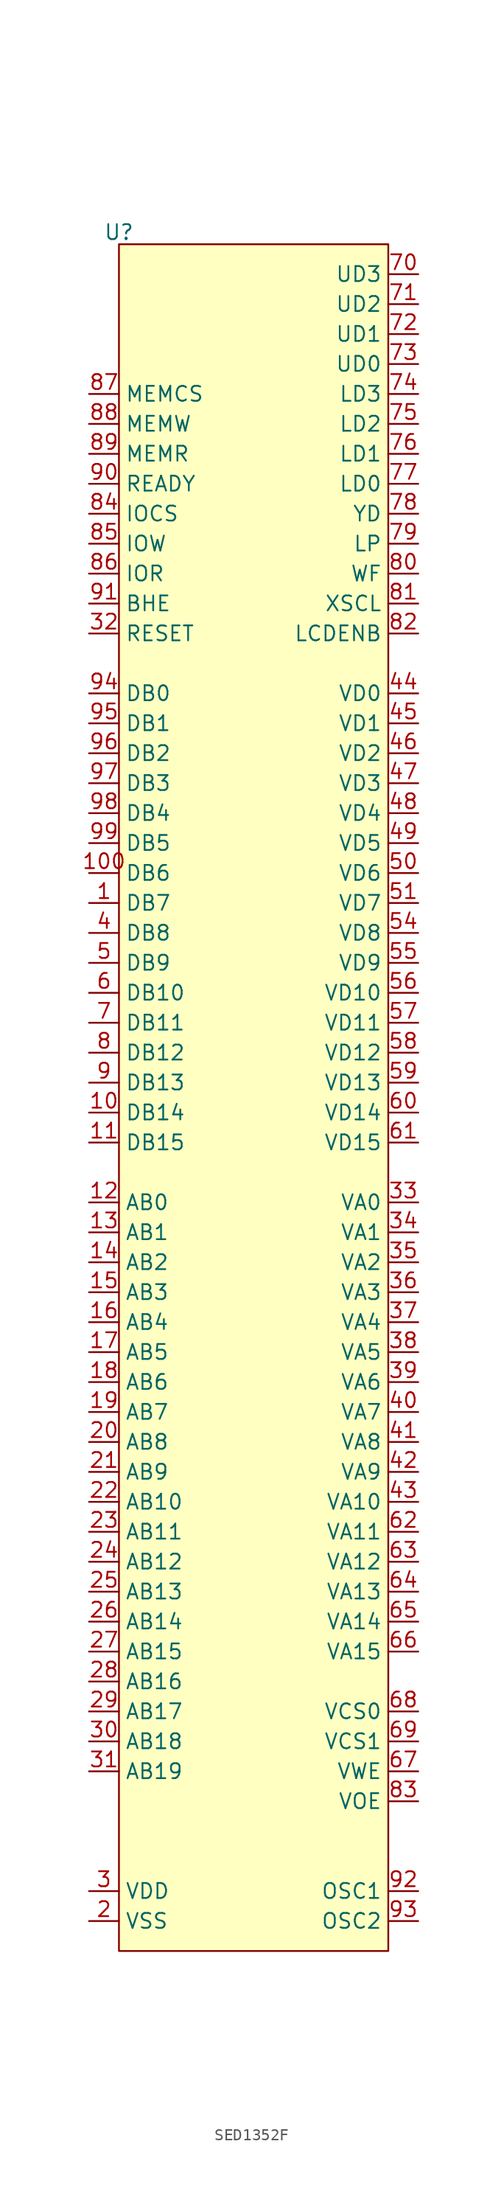
<source format=kicad_sym>
(kicad_symbol_lib
  (version 20231120)
  (generator "kicad_symbol_editor")
  (generator_version "8.0")
  (symbol "SED1352F"
    (property "Reference" "U"
      (at -55.88 102.616 0)
      (effects (font (size 1.27 1.27))))
    (property "Value" ""
      (at -58.42 63.5 0)
      (effects (font (size 1.27 1.27))))
    (symbol "SED1352F_0_0"
      (pin bidirectional line (at -58.42 45.72 0) (length 2.54) (name "DB7" (effects (font (size 1.27 1.27)))) (number "1" (effects (font (size 1.27 1.27)))))
      (pin bidirectional line (at -58.42 27.94 0) (length 2.54) (name "DB14" (effects (font (size 1.27 1.27)))) (number "10" (effects (font (size 1.27 1.27)))))
      (pin bidirectional line (at -58.42 48.26 0) (length 2.54) (name "DB6" (effects (font (size 1.27 1.27)))) (number "100" (effects (font (size 1.27 1.27)))))
      (pin bidirectional line (at -58.42 25.4 0) (length 2.54) (name "DB15" (effects (font (size 1.27 1.27)))) (number "11" (effects (font (size 1.27 1.27)))))
      (pin bidirectional line (at -58.42 20.32 0) (length 2.54) (name "AB0" (effects (font (size 1.27 1.27)))) (number "12" (effects (font (size 1.27 1.27)))))
      (pin bidirectional line (at -58.42 17.78 0) (length 2.54) (name "AB1" (effects (font (size 1.27 1.27)))) (number "13" (effects (font (size 1.27 1.27)))))
      (pin bidirectional line (at -58.42 15.24 0) (length 2.54) (name "AB2" (effects (font (size 1.27 1.27)))) (number "14" (effects (font (size 1.27 1.27)))))
      (pin bidirectional line (at -58.42 12.7 0) (length 2.54) (name "AB3" (effects (font (size 1.27 1.27)))) (number "15" (effects (font (size 1.27 1.27)))))
      (pin bidirectional line (at -58.42 10.16 0) (length 2.54) (name "AB4" (effects (font (size 1.27 1.27)))) (number "16" (effects (font (size 1.27 1.27)))))
      (pin bidirectional line (at -58.42 7.62 0) (length 2.54) (name "AB5" (effects (font (size 1.27 1.27)))) (number "17" (effects (font (size 1.27 1.27)))))
      (pin bidirectional line (at -58.42 5.08 0) (length 2.54) (name "AB6" (effects (font (size 1.27 1.27)))) (number "18" (effects (font (size 1.27 1.27)))))
      (pin bidirectional line (at -58.42 2.54 0) (length 2.54) (name "AB7" (effects (font (size 1.27 1.27)))) (number "19" (effects (font (size 1.27 1.27)))))
      (pin power_in line (at -58.42 -40.64 0) (length 2.54) (name "VSS" (effects (font (size 1.27 1.27)))) (number "2" (effects (font (size 1.27 1.27)))))
      (pin bidirectional line (at -58.42 0 0) (length 2.54) (name "AB8" (effects (font (size 1.27 1.27)))) (number "20" (effects (font (size 1.27 1.27)))))
      (pin bidirectional line (at -58.42 -2.54 0) (length 2.54) (name "AB9" (effects (font (size 1.27 1.27)))) (number "21" (effects (font (size 1.27 1.27)))))
      (pin bidirectional line (at -58.42 -5.08 0) (length 2.54) (name "AB10" (effects (font (size 1.27 1.27)))) (number "22" (effects (font (size 1.27 1.27)))))
      (pin bidirectional line (at -58.42 -7.62 0) (length 2.54) (name "AB11" (effects (font (size 1.27 1.27)))) (number "23" (effects (font (size 1.27 1.27)))))
      (pin bidirectional line (at -58.42 -10.16 0) (length 2.54) (name "AB12" (effects (font (size 1.27 1.27)))) (number "24" (effects (font (size 1.27 1.27)))))
      (pin bidirectional line (at -58.42 -12.7 0) (length 2.54) (name "AB13" (effects (font (size 1.27 1.27)))) (number "25" (effects (font (size 1.27 1.27)))))
      (pin bidirectional line (at -58.42 -15.24 0) (length 2.54) (name "AB14" (effects (font (size 1.27 1.27)))) (number "26" (effects (font (size 1.27 1.27)))))
      (pin bidirectional line (at -58.42 -17.78 0) (length 2.54) (name "AB15" (effects (font (size 1.27 1.27)))) (number "27" (effects (font (size 1.27 1.27)))))
      (pin bidirectional line (at -58.42 -20.32 0) (length 2.54) (name "AB16" (effects (font (size 1.27 1.27)))) (number "28" (effects (font (size 1.27 1.27)))))
      (pin bidirectional line (at -58.42 -22.86 0) (length 2.54) (name "AB17" (effects (font (size 1.27 1.27)))) (number "29" (effects (font (size 1.27 1.27)))))
      (pin power_in line (at -58.42 -38.1 0) (length 2.54) (name "VDD" (effects (font (size 1.27 1.27)))) (number "3" (effects (font (size 1.27 1.27)))))
      (pin bidirectional line (at -58.42 -25.4 0) (length 2.54) (name "AB18" (effects (font (size 1.27 1.27)))) (number "30" (effects (font (size 1.27 1.27)))))
      (pin bidirectional line (at -58.42 -27.94 0) (length 2.54) (name "AB19" (effects (font (size 1.27 1.27)))) (number "31" (effects (font (size 1.27 1.27)))))
      (pin bidirectional line (at -58.42 68.58 0) (length 2.54) (name "RESET" (effects (font (size 1.27 1.27)))) (number "32" (effects (font (size 1.27 1.27)))))
      (pin bidirectional line (at -30.48 20.32 180) (length 2.54) (name "VA0" (effects (font (size 1.27 1.27)))) (number "33" (effects (font (size 1.27 1.27)))))
      (pin bidirectional line (at -30.48 17.78 180) (length 2.54) (name "VA1" (effects (font (size 1.27 1.27)))) (number "34" (effects (font (size 1.27 1.27)))))
      (pin bidirectional line (at -30.48 15.24 180) (length 2.54) (name "VA2" (effects (font (size 1.27 1.27)))) (number "35" (effects (font (size 1.27 1.27)))))
      (pin bidirectional line (at -30.48 12.7 180) (length 2.54) (name "VA3" (effects (font (size 1.27 1.27)))) (number "36" (effects (font (size 1.27 1.27)))))
      (pin bidirectional line (at -30.48 10.16 180) (length 2.54) (name "VA4" (effects (font (size 1.27 1.27)))) (number "37" (effects (font (size 1.27 1.27)))))
      (pin bidirectional line (at -30.48 7.62 180) (length 2.54) (name "VA5" (effects (font (size 1.27 1.27)))) (number "38" (effects (font (size 1.27 1.27)))))
      (pin bidirectional line (at -30.48 5.08 180) (length 2.54) (name "VA6" (effects (font (size 1.27 1.27)))) (number "39" (effects (font (size 1.27 1.27)))))
      (pin bidirectional line (at -58.42 43.18 0) (length 2.54) (name "DB8" (effects (font (size 1.27 1.27)))) (number "4" (effects (font (size 1.27 1.27)))))
      (pin bidirectional line (at -30.48 2.54 180) (length 2.54) (name "VA7" (effects (font (size 1.27 1.27)))) (number "40" (effects (font (size 1.27 1.27)))))
      (pin bidirectional line (at -30.48 0 180) (length 2.54) (name "VA8" (effects (font (size 1.27 1.27)))) (number "41" (effects (font (size 1.27 1.27)))))
      (pin bidirectional line (at -30.48 -2.54 180) (length 2.54) (name "VA9" (effects (font (size 1.27 1.27)))) (number "42" (effects (font (size 1.27 1.27)))))
      (pin bidirectional line (at -30.48 -5.08 180) (length 2.54) (name "VA10" (effects (font (size 1.27 1.27)))) (number "43" (effects (font (size 1.27 1.27)))))
      (pin bidirectional line (at -30.48 63.5 180) (length 2.54) (name "VD0" (effects (font (size 1.27 1.27)))) (number "44" (effects (font (size 1.27 1.27)))))
      (pin bidirectional line (at -30.48 60.96 180) (length 2.54) (name "VD1" (effects (font (size 1.27 1.27)))) (number "45" (effects (font (size 1.27 1.27)))))
      (pin bidirectional line (at -30.48 58.42 180) (length 2.54) (name "VD2" (effects (font (size 1.27 1.27)))) (number "46" (effects (font (size 1.27 1.27)))))
      (pin bidirectional line (at -30.48 55.88 180) (length 2.54) (name "VD3" (effects (font (size 1.27 1.27)))) (number "47" (effects (font (size 1.27 1.27)))))
      (pin bidirectional line (at -30.48 53.34 180) (length 2.54) (name "VD4" (effects (font (size 1.27 1.27)))) (number "48" (effects (font (size 1.27 1.27)))))
      (pin bidirectional line (at -30.48 50.8 180) (length 2.54) (name "VD5" (effects (font (size 1.27 1.27)))) (number "49" (effects (font (size 1.27 1.27)))))
      (pin bidirectional line (at -58.42 40.64 0) (length 2.54) (name "DB9" (effects (font (size 1.27 1.27)))) (number "5" (effects (font (size 1.27 1.27)))))
      (pin bidirectional line (at -30.48 48.26 180) (length 2.54) (name "VD6" (effects (font (size 1.27 1.27)))) (number "50" (effects (font (size 1.27 1.27)))))
      (pin bidirectional line (at -30.48 45.72 180) (length 2.54) (name "VD7" (effects (font (size 1.27 1.27)))) (number "51" (effects (font (size 1.27 1.27)))))
      (pin power_in line (at -58.42 -40.64 0) (length 2.54) hide (name "VSS" (effects (font (size 1.27 1.27)))) (number "52" (effects (font (size 1.27 1.27)))))
      (pin power_in line (at -58.42 -38.1 0) (length 2.54) hide (name "VDD" (effects (font (size 1.27 1.27)))) (number "53" (effects (font (size 1.27 1.27)))))
      (pin bidirectional line (at -30.48 43.18 180) (length 2.54) (name "VD8" (effects (font (size 1.27 1.27)))) (number "54" (effects (font (size 1.27 1.27)))))
      (pin bidirectional line (at -30.48 40.64 180) (length 2.54) (name "VD9" (effects (font (size 1.27 1.27)))) (number "55" (effects (font (size 1.27 1.27)))))
      (pin bidirectional line (at -30.48 38.1 180) (length 2.54) (name "VD10" (effects (font (size 1.27 1.27)))) (number "56" (effects (font (size 1.27 1.27)))))
      (pin bidirectional line (at -30.48 35.56 180) (length 2.54) (name "VD11" (effects (font (size 1.27 1.27)))) (number "57" (effects (font (size 1.27 1.27)))))
      (pin bidirectional line (at -30.48 33.02 180) (length 2.54) (name "VD12" (effects (font (size 1.27 1.27)))) (number "58" (effects (font (size 1.27 1.27)))))
      (pin bidirectional line (at -30.48 30.48 180) (length 2.54) (name "VD13" (effects (font (size 1.27 1.27)))) (number "59" (effects (font (size 1.27 1.27)))))
      (pin bidirectional line (at -58.42 38.1 0) (length 2.54) (name "DB10" (effects (font (size 1.27 1.27)))) (number "6" (effects (font (size 1.27 1.27)))))
      (pin bidirectional line (at -30.48 27.94 180) (length 2.54) (name "VD14" (effects (font (size 1.27 1.27)))) (number "60" (effects (font (size 1.27 1.27)))))
      (pin bidirectional line (at -30.48 25.4 180) (length 2.54) (name "VD15" (effects (font (size 1.27 1.27)))) (number "61" (effects (font (size 1.27 1.27)))))
      (pin bidirectional line (at -30.48 -7.62 180) (length 2.54) (name "VA11" (effects (font (size 1.27 1.27)))) (number "62" (effects (font (size 1.27 1.27)))))
      (pin bidirectional line (at -30.48 -10.16 180) (length 2.54) (name "VA12" (effects (font (size 1.27 1.27)))) (number "63" (effects (font (size 1.27 1.27)))))
      (pin bidirectional line (at -30.48 -12.7 180) (length 2.54) (name "VA13" (effects (font (size 1.27 1.27)))) (number "64" (effects (font (size 1.27 1.27)))))
      (pin bidirectional line (at -30.48 -15.24 180) (length 2.54) (name "VA14" (effects (font (size 1.27 1.27)))) (number "65" (effects (font (size 1.27 1.27)))))
      (pin bidirectional line (at -30.48 -17.78 180) (length 2.54) (name "VA15" (effects (font (size 1.27 1.27)))) (number "66" (effects (font (size 1.27 1.27)))))
      (pin bidirectional line (at -30.48 -27.94 180) (length 2.54) (name "VWE" (effects (font (size 1.27 1.27)))) (number "67" (effects (font (size 1.27 1.27)))))
      (pin bidirectional line (at -30.48 -22.86 180) (length 2.54) (name "VCS0" (effects (font (size 1.27 1.27)))) (number "68" (effects (font (size 1.27 1.27)))))
      (pin bidirectional line (at -30.48 -25.4 180) (length 2.54) (name "VCS1" (effects (font (size 1.27 1.27)))) (number "69" (effects (font (size 1.27 1.27)))))
      (pin bidirectional line (at -58.42 35.56 0) (length 2.54) (name "DB11" (effects (font (size 1.27 1.27)))) (number "7" (effects (font (size 1.27 1.27)))))
      (pin bidirectional line (at -30.48 99.06 180) (length 2.54) (name "UD3" (effects (font (size 1.27 1.27)))) (number "70" (effects (font (size 1.27 1.27)))))
      (pin bidirectional line (at -30.48 96.52 180) (length 2.54) (name "UD2" (effects (font (size 1.27 1.27)))) (number "71" (effects (font (size 1.27 1.27)))))
      (pin bidirectional line (at -30.48 93.98 180) (length 2.54) (name "UD1" (effects (font (size 1.27 1.27)))) (number "72" (effects (font (size 1.27 1.27)))))
      (pin bidirectional line (at -30.48 91.44 180) (length 2.54) (name "UD0" (effects (font (size 1.27 1.27)))) (number "73" (effects (font (size 1.27 1.27)))))
      (pin bidirectional line (at -30.48 88.9 180) (length 2.54) (name "LD3" (effects (font (size 1.27 1.27)))) (number "74" (effects (font (size 1.27 1.27)))))
      (pin bidirectional line (at -30.48 86.36 180) (length 2.54) (name "LD2" (effects (font (size 1.27 1.27)))) (number "75" (effects (font (size 1.27 1.27)))))
      (pin bidirectional line (at -30.48 83.82 180) (length 2.54) (name "LD1" (effects (font (size 1.27 1.27)))) (number "76" (effects (font (size 1.27 1.27)))))
      (pin bidirectional line (at -30.48 81.28 180) (length 2.54) (name "LD0" (effects (font (size 1.27 1.27)))) (number "77" (effects (font (size 1.27 1.27)))))
      (pin bidirectional line (at -30.48 78.74 180) (length 2.54) (name "YD" (effects (font (size 1.27 1.27)))) (number "78" (effects (font (size 1.27 1.27)))))
      (pin bidirectional line (at -30.48 76.2 180) (length 2.54) (name "LP" (effects (font (size 1.27 1.27)))) (number "79" (effects (font (size 1.27 1.27)))))
      (pin bidirectional line (at -58.42 33.02 0) (length 2.54) (name "DB12" (effects (font (size 1.27 1.27)))) (number "8" (effects (font (size 1.27 1.27)))))
      (pin bidirectional line (at -30.48 73.66 180) (length 2.54) (name "WF" (effects (font (size 1.27 1.27)))) (number "80" (effects (font (size 1.27 1.27)))))
      (pin bidirectional line (at -30.48 71.12 180) (length 2.54) (name "XSCL" (effects (font (size 1.27 1.27)))) (number "81" (effects (font (size 1.27 1.27)))))
      (pin bidirectional line (at -30.48 68.58 180) (length 2.54) (name "LCDENB" (effects (font (size 1.27 1.27)))) (number "82" (effects (font (size 1.27 1.27)))))
      (pin bidirectional line (at -30.48 -30.48 180) (length 2.54) (name "VOE" (effects (font (size 1.27 1.27)))) (number "83" (effects (font (size 1.27 1.27)))))
      (pin bidirectional line (at -58.42 78.74 0) (length 2.54) (name "IOCS" (effects (font (size 1.27 1.27)))) (number "84" (effects (font (size 1.27 1.27)))))
      (pin bidirectional line (at -58.42 76.2 0) (length 2.54) (name "IOW" (effects (font (size 1.27 1.27)))) (number "85" (effects (font (size 1.27 1.27)))))
      (pin bidirectional line (at -58.42 73.66 0) (length 2.54) (name "IOR" (effects (font (size 1.27 1.27)))) (number "86" (effects (font (size 1.27 1.27)))))
      (pin bidirectional line (at -58.42 88.9 0) (length 2.54) (name "MEMCS" (effects (font (size 1.27 1.27)))) (number "87" (effects (font (size 1.27 1.27)))))
      (pin bidirectional line (at -58.42 86.36 0) (length 2.54) (name "MEMW" (effects (font (size 1.27 1.27)))) (number "88" (effects (font (size 1.27 1.27)))))
      (pin bidirectional line (at -58.42 83.82 0) (length 2.54) (name "MEMR" (effects (font (size 1.27 1.27)))) (number "89" (effects (font (size 1.27 1.27)))))
      (pin bidirectional line (at -58.42 30.48 0) (length 2.54) (name "DB13" (effects (font (size 1.27 1.27)))) (number "9" (effects (font (size 1.27 1.27)))))
      (pin bidirectional line (at -58.42 81.28 0) (length 2.54) (name "READY" (effects (font (size 1.27 1.27)))) (number "90" (effects (font (size 1.27 1.27)))))
      (pin bidirectional line (at -58.42 71.12 0) (length 2.54) (name "BHE" (effects (font (size 1.27 1.27)))) (number "91" (effects (font (size 1.27 1.27)))))
      (pin bidirectional line (at -30.48 -38.1 180) (length 2.54) (name "OSC1" (effects (font (size 1.27 1.27)))) (number "92" (effects (font (size 1.27 1.27)))))
      (pin bidirectional line (at -30.48 -40.64 180) (length 2.54) (name "OSC2" (effects (font (size 1.27 1.27)))) (number "93" (effects (font (size 1.27 1.27)))))
      (pin bidirectional line (at -58.42 63.5 0) (length 2.54) (name "DB0" (effects (font (size 1.27 1.27)))) (number "94" (effects (font (size 1.27 1.27)))))
      (pin bidirectional line (at -58.42 60.96 0) (length 2.54) (name "DB1" (effects (font (size 1.27 1.27)))) (number "95" (effects (font (size 1.27 1.27)))))
      (pin bidirectional line (at -58.42 58.42 0) (length 2.54) (name "DB2" (effects (font (size 1.27 1.27)))) (number "96" (effects (font (size 1.27 1.27)))))
      (pin bidirectional line (at -58.42 55.88 0) (length 2.54) (name "DB3" (effects (font (size 1.27 1.27)))) (number "97" (effects (font (size 1.27 1.27)))))
      (pin bidirectional line (at -58.42 53.34 0) (length 2.54) (name "DB4" (effects (font (size 1.27 1.27)))) (number "98" (effects (font (size 1.27 1.27)))))
      (pin bidirectional line (at -58.42 50.8 0) (length 2.54) (name "DB5" (effects (font (size 1.27 1.27)))) (number "99" (effects (font (size 1.27 1.27))))))
    (symbol "SED1352F_1_1"
      (rectangle (start -55.88 101.6) (end -33.02 -43.18) (stroke (width 0) (type default)) (fill (type background))))))
</source>
